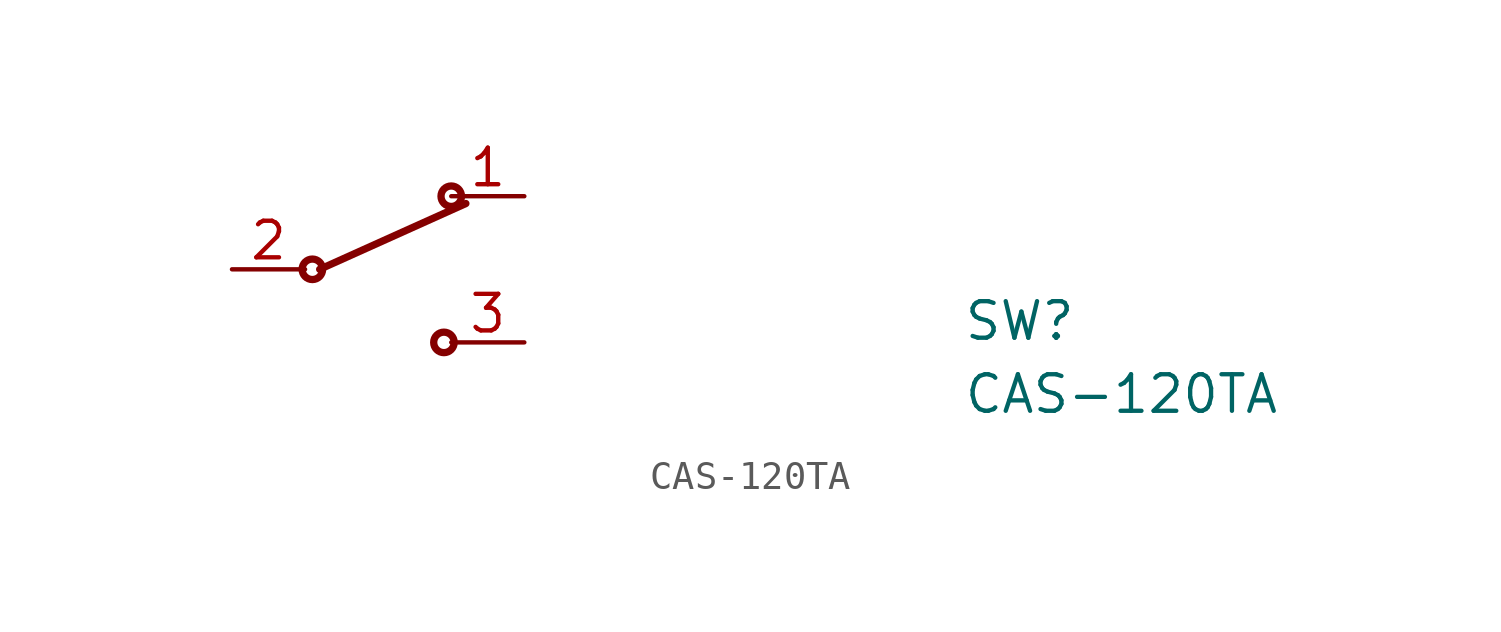
<source format=kicad_sym>
(kicad_symbol_lib
  (version 20211014)
  (generator kicad_symbol_editor)
  (symbol "CAS-120TA"
    (pin_names hide)
    (property "Reference" "SW"
      (at 25.4 -2.54 0)
      (effects (font (size 1.27 1.27) (thickness 0.15)) (justify left bottom)))
    (property "Value" "CAS-120TA"
      (at 25.4 -5.08 0)
      (effects (font (size 1.27 1.27) (thickness 0.15)) (justify left bottom)))
    (symbol "CAS-120TA_1_1"
      (polyline (pts (xy 3.048 0) (xy 8.128 2.286)) (stroke (width 0.254) (type default) (color 0 0 0 0)) (fill (type none)))
      (circle (center 2.794 0) (radius 0.356) (stroke (width 0.254) (type default) (color 0 0 0 0)) (fill (type none)))
      (circle (center 7.366 -2.54) (radius 0.356) (stroke (width 0.254) (type default) (color 0 0 0 0)) (fill (type none)))
      (circle (center 7.62 2.54) (radius 0.356) (stroke (width 0.254) (type default) (color 0 0 0 0)) (fill (type none)))
      (pin passive line (at 10.16 2.54 180) (length 2.54) (name "1" (effects (font (size 1.27 1.27)))) (number "1" (effects (font (size 1.27 1.27)))))
      (pin passive line (at 0 0 0) (length 2.54) (name "2" (effects (font (size 1.27 1.27)))) (number "2" (effects (font (size 1.27 1.27)))))
      (pin passive line (at 10.16 -2.54 180) (length 2.54) (name "3" (effects (font (size 1.27 1.27)))) (number "3" (effects (font (size 1.27 1.27))))))))
</source>
